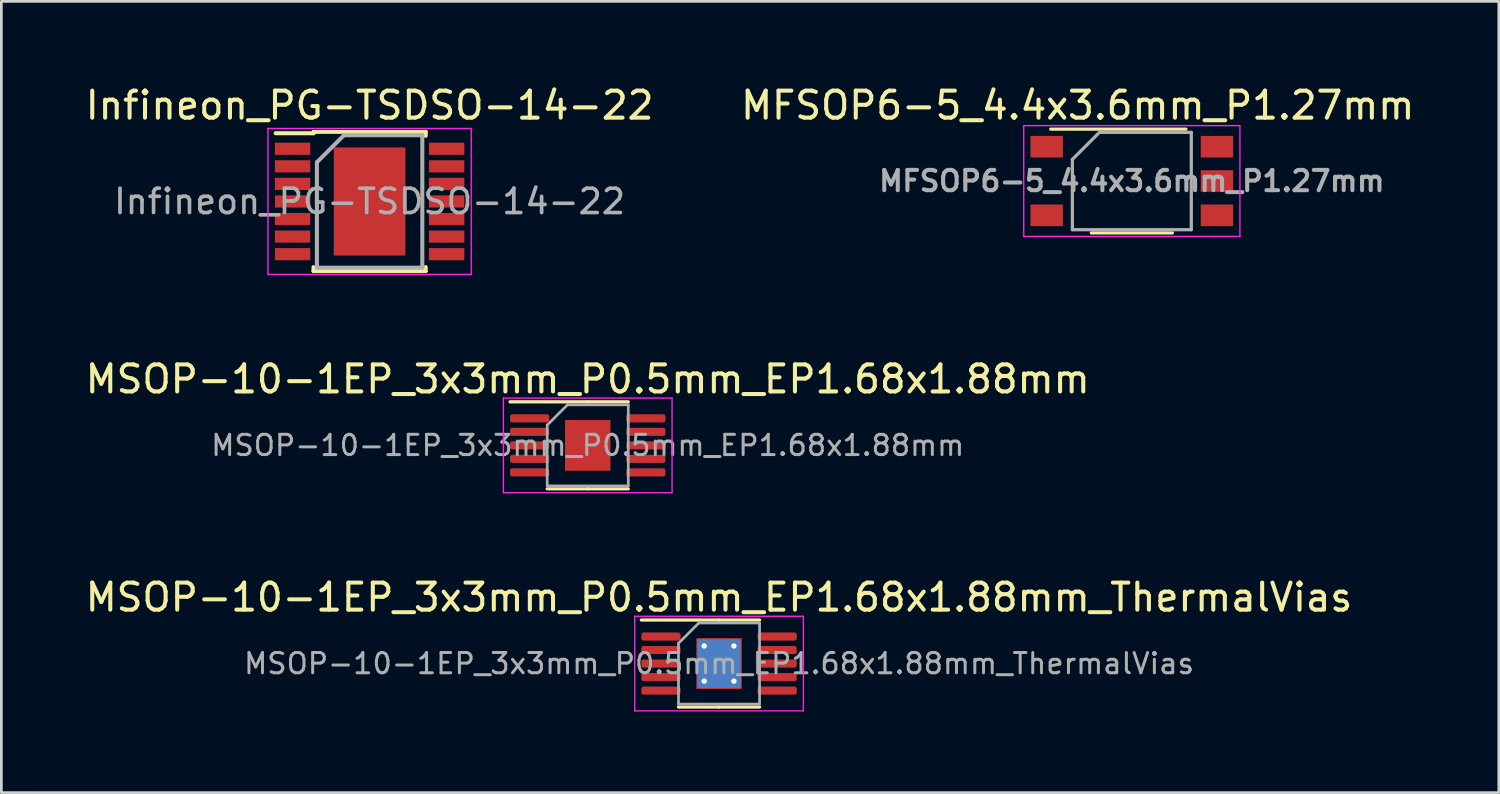
<source format=kicad_pcb>
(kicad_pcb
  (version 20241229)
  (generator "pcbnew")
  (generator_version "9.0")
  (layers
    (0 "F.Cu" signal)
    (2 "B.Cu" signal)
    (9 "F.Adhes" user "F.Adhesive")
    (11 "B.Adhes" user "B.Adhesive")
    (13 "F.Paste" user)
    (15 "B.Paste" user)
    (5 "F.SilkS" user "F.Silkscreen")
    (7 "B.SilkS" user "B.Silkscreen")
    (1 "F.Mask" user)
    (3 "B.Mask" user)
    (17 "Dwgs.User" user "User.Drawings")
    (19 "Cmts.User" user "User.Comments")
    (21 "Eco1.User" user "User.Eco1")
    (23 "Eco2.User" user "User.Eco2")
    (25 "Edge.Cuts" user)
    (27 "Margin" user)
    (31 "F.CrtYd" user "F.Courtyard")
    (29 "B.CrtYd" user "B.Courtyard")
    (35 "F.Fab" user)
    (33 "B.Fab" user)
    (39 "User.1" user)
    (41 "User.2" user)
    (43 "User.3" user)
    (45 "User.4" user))
  (footprint "MSOP-10-1EP_3x3mm_P0.5mm_EP1.68x1.88mm"
    (layer "F.Cu")
    (at 18.696 13.428)
    (property "Reference" "MSOP-10-1EP_3x3mm_P0.5mm_EP1.68x1.88mm" (at 0 -2.45 0) (layer "F.SilkS") (effects (font (size 1 1) (thickness 0.15))))
    (attr smd)
    (fp_line (start 0 -1.61) (end -2.875 -1.61) (stroke (width 0.12) (type solid)) (layer "F.SilkS"))
    (fp_line (start 0 -1.61) (end 1.5 -1.61) (stroke (width 0.12) (type solid)) (layer "F.SilkS"))
    (fp_line (start 0 1.61) (end -1.5 1.61) (stroke (width 0.12) (type solid)) (layer "F.SilkS"))
    (fp_line (start 0 1.61) (end 1.5 1.61) (stroke (width 0.12) (type solid)) (layer "F.SilkS"))
    (fp_line (start -3.12 -1.75) (end -3.12 1.75) (stroke (width 0.05) (type solid)) (layer "F.CrtYd"))
    (fp_line (start -3.12 1.75) (end 3.12 1.75) (stroke (width 0.05) (type solid)) (layer "F.CrtYd"))
    (fp_line (start 3.12 -1.75) (end -3.12 -1.75) (stroke (width 0.05) (type solid)) (layer "F.CrtYd"))
    (fp_line (start 3.12 1.75) (end 3.12 -1.75) (stroke (width 0.05) (type solid)) (layer "F.CrtYd"))
    (fp_line (start -1.5 -0.75) (end -0.75 -1.5) (stroke (width 0.1) (type solid)) (layer "F.Fab"))
    (fp_line (start -1.5 1.5) (end -1.5 -0.75) (stroke (width 0.1) (type solid)) (layer "F.Fab"))
    (fp_line (start -0.75 -1.5) (end 1.5 -1.5) (stroke (width 0.1) (type solid)) (layer "F.Fab"))
    (fp_line (start 1.5 -1.5) (end 1.5 1.5) (stroke (width 0.1) (type solid)) (layer "F.Fab"))
    (fp_line (start 1.5 1.5) (end -1.5 1.5) (stroke (width 0.1) (type solid)) (layer "F.Fab"))
    (fp_text user "${REFERENCE}" (at 0 0 0) (layer "F.Fab") (effects (font (size 0.75 0.75) (thickness 0.11))))
    (pad "" smd roundrect (at -0.42 -0.47) (size 0.68 0.76) (layers "F.Paste") (roundrect_rratio 0.25))
    (pad "" smd roundrect (at -0.42 0.47) (size 0.68 0.76) (layers "F.Paste") (roundrect_rratio 0.25))
    (pad "" smd roundrect (at 0.42 -0.47) (size 0.68 0.76) (layers "F.Paste") (roundrect_rratio 0.25))
    (pad "" smd roundrect (at 0.42 0.47) (size 0.68 0.76) (layers "F.Paste") (roundrect_rratio 0.25))
    (pad "1" smd roundrect (at -2.15 -1) (size 1.45 0.3) (layers "F.Cu" "F.Mask" "F.Paste") (roundrect_rratio 0.25))
    (pad "2" smd roundrect (at -2.15 -0.5) (size 1.45 0.3) (layers "F.Cu" "F.Mask" "F.Paste") (roundrect_rratio 0.25))
    (pad "3" smd roundrect (at -2.15 0) (size 1.45 0.3) (layers "F.Cu" "F.Mask" "F.Paste") (roundrect_rratio 0.25))
    (pad "4" smd roundrect (at -2.15 0.5) (size 1.45 0.3) (layers "F.Cu" "F.Mask" "F.Paste") (roundrect_rratio 0.25))
    (pad "5" smd roundrect (at -2.15 1) (size 1.45 0.3) (layers "F.Cu" "F.Mask" "F.Paste") (roundrect_rratio 0.25))
    (pad "6" smd roundrect (at 2.15 1) (size 1.45 0.3) (layers "F.Cu" "F.Mask" "F.Paste") (roundrect_rratio 0.25))
    (pad "7" smd roundrect (at 2.15 0.5) (size 1.45 0.3) (layers "F.Cu" "F.Mask" "F.Paste") (roundrect_rratio 0.25))
    (pad "8" smd roundrect (at 2.15 0) (size 1.45 0.3) (layers "F.Cu" "F.Mask" "F.Paste") (roundrect_rratio 0.25))
    (pad "9" smd roundrect (at 2.15 -0.5) (size 1.45 0.3) (layers "F.Cu" "F.Mask" "F.Paste") (roundrect_rratio 0.25))
    (pad "10" smd roundrect (at 2.15 -1) (size 1.45 0.3) (layers "F.Cu" "F.Mask" "F.Paste") (roundrect_rratio 0.25))
    (pad "11" smd rect (at 0 0) (size 1.68 1.88) (layers "F.Cu" "F.Mask")))
  (footprint "MSOP-10-1EP_3x3mm_P0.5mm_EP1.68x1.88mm_ThermalVias"
    (layer "F.Cu")
    (at 23.554 21.501)
    (property "Reference" "MSOP-10-1EP_3x3mm_P0.5mm_EP1.68x1.88mm_ThermalVias" (at 0 -2.45 0) (layer "F.SilkS") (effects (font (size 1 1) (thickness 0.15))))
    (attr smd)
    (fp_line (start 0 -1.61) (end -2.875 -1.61) (stroke (width 0.12) (type solid)) (layer "F.SilkS"))
    (fp_line (start 0 -1.61) (end 1.5 -1.61) (stroke (width 0.12) (type solid)) (layer "F.SilkS"))
    (fp_line (start 0 1.61) (end -1.5 1.61) (stroke (width 0.12) (type solid)) (layer "F.SilkS"))
    (fp_line (start 0 1.61) (end 1.5 1.61) (stroke (width 0.12) (type solid)) (layer "F.SilkS"))
    (fp_line (start -3.12 -1.75) (end -3.12 1.75) (stroke (width 0.05) (type solid)) (layer "F.CrtYd"))
    (fp_line (start -3.12 1.75) (end 3.12 1.75) (stroke (width 0.05) (type solid)) (layer "F.CrtYd"))
    (fp_line (start 3.12 -1.75) (end -3.12 -1.75) (stroke (width 0.05) (type solid)) (layer "F.CrtYd"))
    (fp_line (start 3.12 1.75) (end 3.12 -1.75) (stroke (width 0.05) (type solid)) (layer "F.CrtYd"))
    (fp_line (start -1.5 -0.75) (end -0.75 -1.5) (stroke (width 0.1) (type solid)) (layer "F.Fab"))
    (fp_line (start -1.5 1.5) (end -1.5 -0.75) (stroke (width 0.1) (type solid)) (layer "F.Fab"))
    (fp_line (start -0.75 -1.5) (end 1.5 -1.5) (stroke (width 0.1) (type solid)) (layer "F.Fab"))
    (fp_line (start 1.5 -1.5) (end 1.5 1.5) (stroke (width 0.1) (type solid)) (layer "F.Fab"))
    (fp_line (start 1.5 1.5) (end -1.5 1.5) (stroke (width 0.1) (type solid)) (layer "F.Fab"))
    (fp_text user "${REFERENCE}" (at 0 0 0) (layer "F.Fab") (effects (font (size 0.75 0.75) (thickness 0.11))))
    (pad "" smd roundrect (at -0.42 -0.47) (size 0.7 0.79) (layers "F.Paste") (roundrect_rratio 0.25))
    (pad "" smd roundrect (at -0.42 0.47) (size 0.7 0.79) (layers "F.Paste") (roundrect_rratio 0.25))
    (pad "" smd roundrect (at 0.42 -0.47) (size 0.7 0.79) (layers "F.Paste") (roundrect_rratio 0.25))
    (pad "" smd roundrect (at 0.42 0.47) (size 0.7 0.79) (layers "F.Paste") (roundrect_rratio 0.25))
    (pad "1" smd roundrect (at -2.15 -1) (size 1.45 0.3) (layers "F.Cu" "F.Mask" "F.Paste") (roundrect_rratio 0.25))
    (pad "2" smd roundrect (at -2.15 -0.5) (size 1.45 0.3) (layers "F.Cu" "F.Mask" "F.Paste") (roundrect_rratio 0.25))
    (pad "3" smd roundrect (at -2.15 0) (size 1.45 0.3) (layers "F.Cu" "F.Mask" "F.Paste") (roundrect_rratio 0.25))
    (pad "4" smd roundrect (at -2.15 0.5) (size 1.45 0.3) (layers "F.Cu" "F.Mask" "F.Paste") (roundrect_rratio 0.25))
    (pad "5" smd roundrect (at -2.15 1) (size 1.45 0.3) (layers "F.Cu" "F.Mask" "F.Paste") (roundrect_rratio 0.25))
    (pad "6" smd roundrect (at 2.15 1) (size 1.45 0.3) (layers "F.Cu" "F.Mask" "F.Paste") (roundrect_rratio 0.25))
    (pad "7" smd roundrect (at 2.15 0.5) (size 1.45 0.3) (layers "F.Cu" "F.Mask" "F.Paste") (roundrect_rratio 0.25))
    (pad "8" smd roundrect (at 2.15 0) (size 1.45 0.3) (layers "F.Cu" "F.Mask" "F.Paste") (roundrect_rratio 0.25))
    (pad "9" smd roundrect (at 2.15 -0.5) (size 1.45 0.3) (layers "F.Cu" "F.Mask" "F.Paste") (roundrect_rratio 0.25))
    (pad "10" smd roundrect (at 2.15 -1) (size 1.45 0.3) (layers "F.Cu" "F.Mask" "F.Paste") (roundrect_rratio 0.25))
    (pad "11" thru_hole circle (at -0.55 -0.65) (size 0.5 0.5) (drill 0.2) (layers "*.Cu"))
    (pad "11" thru_hole circle (at -0.55 0.65) (size 0.5 0.5) (drill 0.2) (layers "*.Cu"))
    (pad "11" smd rect (at 0 0) (size 1.6 1.8) (layers "B.Cu"))
    (pad "11" smd rect (at 0 0) (size 1.68 1.88) (layers "F.Cu" "F.Mask"))
    (pad "11" thru_hole circle (at 0.55 -0.65) (size 0.5 0.5) (drill 0.2) (layers "*.Cu"))
    (pad "11" thru_hole circle (at 0.55 0.65) (size 0.5 0.5) (drill 0.2) (layers "*.Cu")))
  (footprint "MFSOP6-5_4.4x3.6mm_P1.27mm"
    (layer "F.Cu")
    (at 38.827 3.648)
    (property "Reference" "MFSOP6-5_4.4x3.6mm_P1.27mm" (at -2 -2.8 0) (layer "F.SilkS") (effects (font (size 1 1) (thickness 0.15))))
    (attr smd)
    (fp_line (start -3 -1.92) (end 2 -1.92) (stroke (width 0.12) (type solid)) (layer "F.SilkS"))
    (fp_line (start 1.5 1.92) (end -1.5 1.92) (stroke (width 0.12) (type solid)) (layer "F.SilkS"))
    (fp_line (start -4 -2.05) (end -4 2.05) (stroke (width 0.05) (type solid)) (layer "F.CrtYd"))
    (fp_line (start -4 -2.05) (end 4 -2.05) (stroke (width 0.05) (type solid)) (layer "F.CrtYd"))
    (fp_line (start 4 2.05) (end -4 2.05) (stroke (width 0.05) (type solid)) (layer "F.CrtYd"))
    (fp_line (start 4 2.05) (end 4 -2.05) (stroke (width 0.05) (type solid)) (layer "F.CrtYd"))
    (fp_line (start -2.2 -0.8) (end -2.2 1.8) (stroke (width 0.12) (type solid)) (layer "F.Fab"))
    (fp_line (start -2.2 1.8) (end 2.2 1.8) (stroke (width 0.12) (type solid)) (layer "F.Fab"))
    (fp_line (start -1.2 -1.8) (end -2.2 -0.8) (stroke (width 0.12) (type solid)) (layer "F.Fab"))
    (fp_line (start 2.2 -1.8) (end -1.2 -1.8) (stroke (width 0.12) (type solid)) (layer "F.Fab"))
    (fp_line (start 2.2 1.8) (end 2.2 -1.8) (stroke (width 0.12) (type solid)) (layer "F.Fab"))
    (fp_text user "${REFERENCE}" (at 0 0 0) (layer "F.Fab") (effects (font (size 0.75 0.75) (thickness 0.15))))
    (pad "1" smd rect (at -3.15 -1.27) (size 1.2 0.8) (layers "F.Cu" "F.Mask" "F.Paste"))
    (pad "3" smd rect (at -3.15 1.27) (size 1.2 0.8) (layers "F.Cu" "F.Mask" "F.Paste"))
    (pad "4" smd rect (at 3.15 1.27) (size 1.2 0.8) (layers "F.Cu" "F.Mask" "F.Paste"))
    (pad "5" smd rect (at 3.15 0) (size 1.2 0.8) (layers "F.Cu" "F.Mask" "F.Paste"))
    (pad "6" smd rect (at 3.15 -1.27) (size 1.2 0.8) (layers "F.Cu" "F.Mask" "F.Paste")))
  (footprint "Infineon_PG-TSDSO-14-22"
    (layer "F.Cu")
    (at 10.625 4.404)
    (property "Reference" "Infineon_PG-TSDSO-14-22" (at 0 -3.556 0) (layer "F.SilkS") (effects (font (size 1 1) (thickness 0.15))))
    (attr smd)
    (fp_line (start -2.075 -2.575) (end -2.075 -2.525) (stroke (width 0.15) (type solid)) (layer "F.SilkS"))
    (fp_line (start -2.075 -2.575) (end 2.075 -2.575) (stroke (width 0.15) (type solid)) (layer "F.SilkS"))
    (fp_line (start -2.075 -2.525) (end -3.475 -2.525) (stroke (width 0.15) (type solid)) (layer "F.SilkS"))
    (fp_line (start -2.075 2.575) (end -2.075 2.43) (stroke (width 0.15) (type solid)) (layer "F.SilkS"))
    (fp_line (start -2.075 2.575) (end 2.075 2.575) (stroke (width 0.15) (type solid)) (layer "F.SilkS"))
    (fp_line (start 2.075 -2.575) (end 2.075 -2.43) (stroke (width 0.15) (type solid)) (layer "F.SilkS"))
    (fp_line (start 2.075 2.575) (end 2.075 2.43) (stroke (width 0.15) (type solid)) (layer "F.SilkS"))
    (fp_line (start -3.76 -2.7) (end -3.76 2.7) (stroke (width 0.05) (type solid)) (layer "F.CrtYd"))
    (fp_line (start -3.76 -2.7) (end 3.76 -2.7) (stroke (width 0.05) (type solid)) (layer "F.CrtYd"))
    (fp_line (start -3.76 2.7) (end 3.76 2.7) (stroke (width 0.05) (type solid)) (layer "F.CrtYd"))
    (fp_line (start 3.76 -2.7) (end 3.76 2.7) (stroke (width 0.05) (type solid)) (layer "F.CrtYd"))
    (fp_line (start -1.95 -1.45) (end -0.95 -2.45) (stroke (width 0.15) (type solid)) (layer "F.Fab"))
    (fp_line (start -1.95 2.45) (end -1.95 -1.45) (stroke (width 0.15) (type solid)) (layer "F.Fab"))
    (fp_line (start -0.95 -2.45) (end 1.95 -2.45) (stroke (width 0.15) (type solid)) (layer "F.Fab"))
    (fp_line (start 1.95 -2.45) (end 1.95 2.45) (stroke (width 0.15) (type solid)) (layer "F.Fab"))
    (fp_line (start 1.95 2.45) (end -1.95 2.45) (stroke (width 0.15) (type solid)) (layer "F.Fab"))
    (fp_text user "${REFERENCE}" (at 0 0 0) (layer "F.Fab") (effects (font (size 0.9 0.9) (thickness 0.135))))
    (pad "" smd rect (at 0 -1.075) (size 2.65 1.85) (layers "F.Paste"))
    (pad "" smd rect (at 0 1.075) (size 2.65 1.85) (layers "F.Paste"))
    (pad "1" smd rect (at -2.85 -1.95) (size 1.31 0.45) (layers "F.Cu" "F.Mask" "F.Paste"))
    (pad "2" smd rect (at -2.85 -1.3) (size 1.31 0.45) (layers "F.Cu" "F.Mask" "F.Paste"))
    (pad "3" smd rect (at -2.85 -0.65) (size 1.31 0.45) (layers "F.Cu" "F.Mask" "F.Paste"))
    (pad "4" smd rect (at -2.845 0) (size 1.31 0.45) (layers "F.Cu" "F.Mask" "F.Paste"))
    (pad "5" smd rect (at -2.85 0.65) (size 1.31 0.45) (layers "F.Cu" "F.Mask" "F.Paste"))
    (pad "6" smd rect (at -2.85 1.3) (size 1.31 0.45) (layers "F.Cu" "F.Mask" "F.Paste"))
    (pad "7" smd rect (at -2.85 1.95) (size 1.31 0.45) (layers "F.Cu" "F.Mask" "F.Paste"))
    (pad "8" smd rect (at 2.85 1.95) (size 1.31 0.45) (layers "F.Cu" "F.Mask" "F.Paste"))
    (pad "9" smd rect (at 2.85 1.3) (size 1.31 0.45) (layers "F.Cu" "F.Mask" "F.Paste"))
    (pad "10" smd rect (at 2.85 0.65) (size 1.31 0.45) (layers "F.Cu" "F.Mask" "F.Paste"))
    (pad "11" smd rect (at 2.85 0) (size 1.31 0.45) (layers "F.Cu" "F.Mask" "F.Paste"))
    (pad "12" smd rect (at 2.85 -0.65) (size 1.31 0.45) (layers "F.Cu" "F.Mask" "F.Paste"))
    (pad "13" smd rect (at 2.85 -1.3) (size 1.31 0.45) (layers "F.Cu" "F.Mask" "F.Paste"))
    (pad "14" smd rect (at 2.85 -1.95) (size 1.31 0.45) (layers "F.Cu" "F.Mask" "F.Paste"))
    (pad "15" smd rect (at 0 0) (size 2.65 4) (layers "F.Cu" "F.Mask")))
  (gr_rect
    (start -3 -3)
    (end 52.405 26.276)
    (stroke (width 0.1) (type default))
    (fill no)
    (layer "Edge.Cuts")))
</source>
